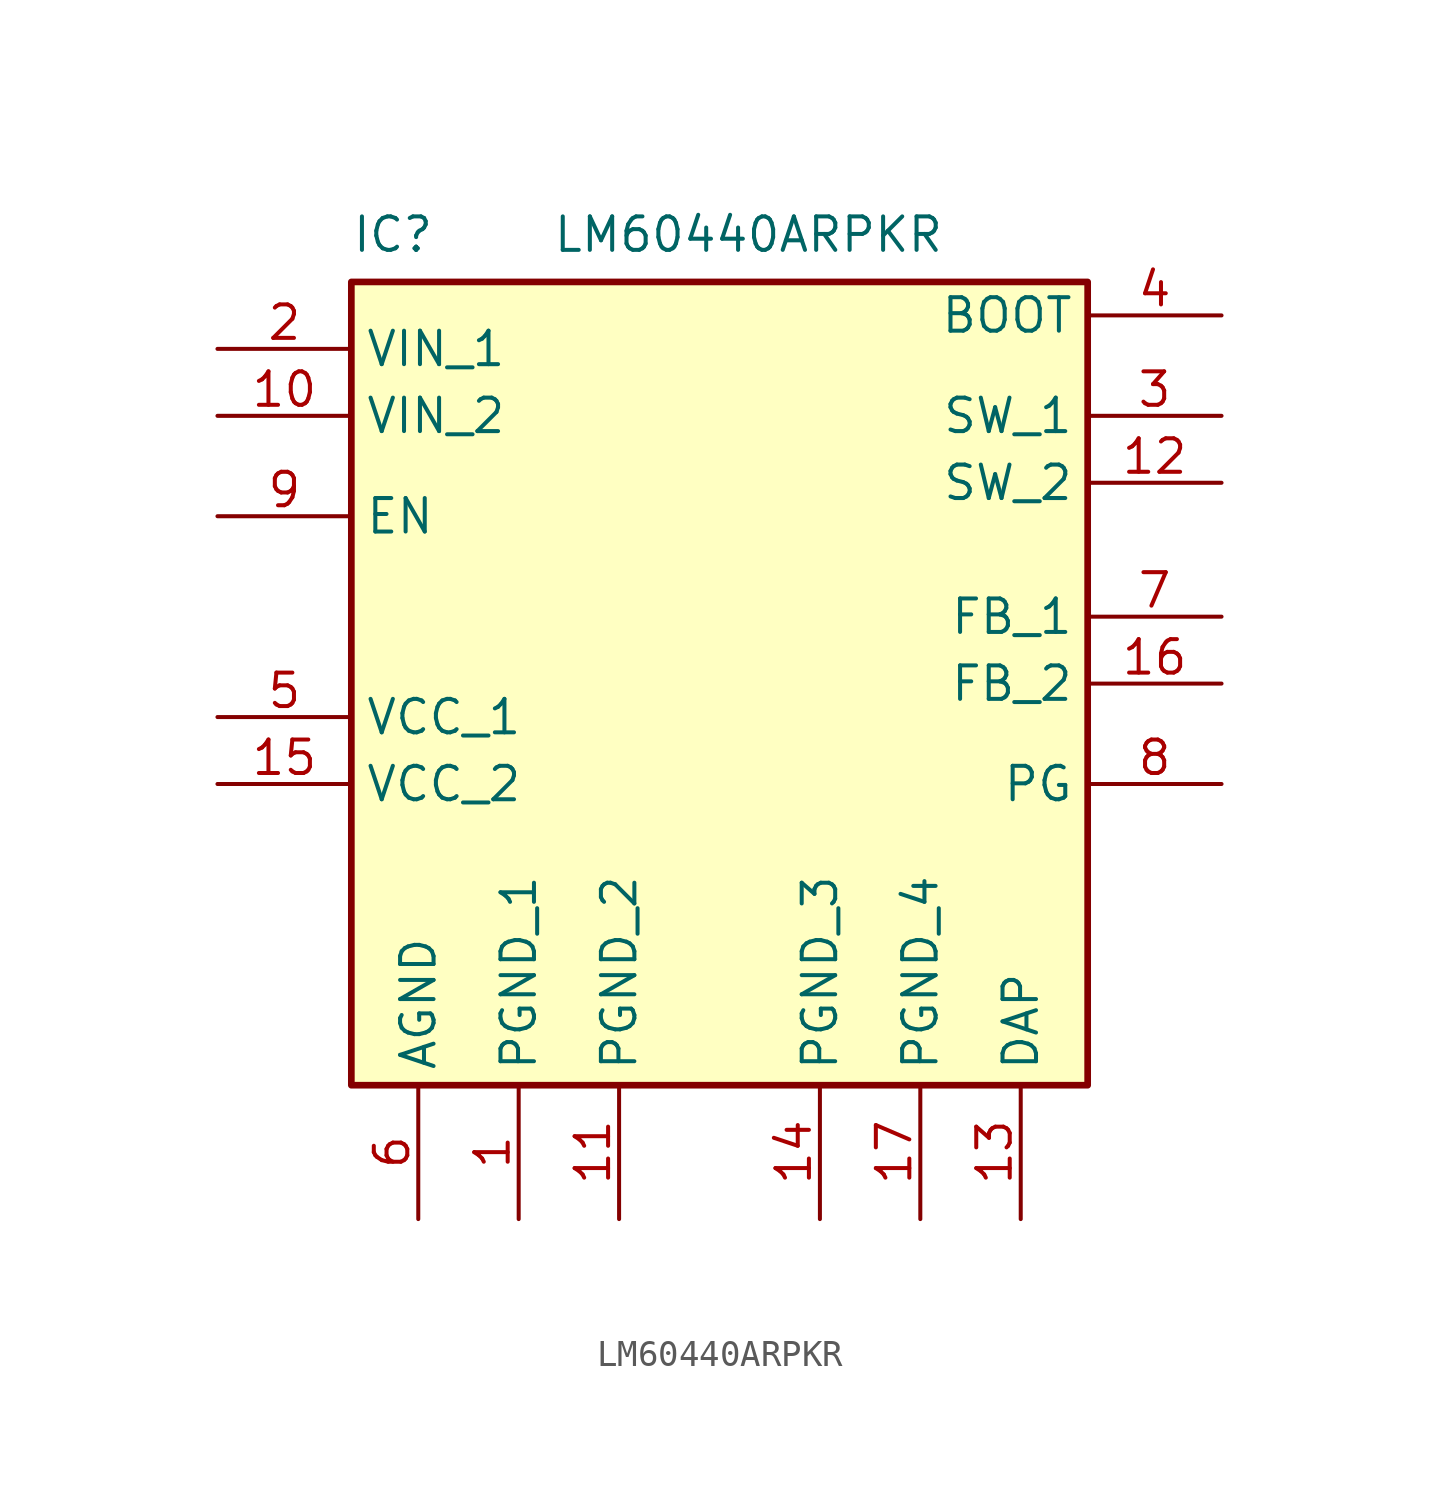
<source format=kicad_sym>
(kicad_symbol_lib
  (version 20220914)
  (generator kicad_symbol_editor)
  (symbol "LM60440ARPKR"
    (property "Reference" "IC"
      (at -13.97 17.78 0)
      (effects (font (size 1.27 1.27)) (justify left top)))
    (property "Value" "LM60440ARPKR"
      (at -6.35 17.78 0)
      (effects (font (size 1.27 1.27)) (justify left top)))
    (symbol "LM60440ARPKR_1_1"
      (rectangle (start -13.97 15.24) (end 13.97 -15.24) (stroke (width 0.254) (type default)) (fill (type background)))
      (pin passive line (at -7.62 -20.32 90) (length 5.08) (name "PGND_1" (effects (font (size 1.27 1.27)))) (number "1" (effects (font (size 1.27 1.27)))))
      (pin passive line (at -19.05 10.16 0) (length 5.08) (name "VIN_2" (effects (font (size 1.27 1.27)))) (number "10" (effects (font (size 1.27 1.27)))))
      (pin passive line (at -3.81 -20.32 90) (length 5.08) (name "PGND_2" (effects (font (size 1.27 1.27)))) (number "11" (effects (font (size 1.27 1.27)))))
      (pin passive line (at 19.05 7.62 180) (length 5.08) (name "SW_2" (effects (font (size 1.27 1.27)))) (number "12" (effects (font (size 1.27 1.27)))))
      (pin passive line (at 11.43 -20.32 90) (length 5.08) (name "DAP" (effects (font (size 1.27 1.27)))) (number "13" (effects (font (size 1.27 1.27)))))
      (pin passive line (at 3.81 -20.32 90) (length 5.08) (name "PGND_3" (effects (font (size 1.27 1.27)))) (number "14" (effects (font (size 1.27 1.27)))))
      (pin passive line (at -19.05 -3.81 0) (length 5.08) (name "VCC_2" (effects (font (size 1.27 1.27)))) (number "15" (effects (font (size 1.27 1.27)))))
      (pin passive line (at 19.05 0 180) (length 5.08) (name "FB_2" (effects (font (size 1.27 1.27)))) (number "16" (effects (font (size 1.27 1.27)))))
      (pin passive line (at 7.62 -20.32 90) (length 5.08) (name "PGND_4" (effects (font (size 1.27 1.27)))) (number "17" (effects (font (size 1.27 1.27)))))
      (pin passive line (at -19.05 12.7 0) (length 5.08) (name "VIN_1" (effects (font (size 1.27 1.27)))) (number "2" (effects (font (size 1.27 1.27)))))
      (pin passive line (at 19.05 10.16 180) (length 5.08) (name "SW_1" (effects (font (size 1.27 1.27)))) (number "3" (effects (font (size 1.27 1.27)))))
      (pin passive line (at 19.05 13.97 180) (length 5.08) (name "BOOT" (effects (font (size 1.27 1.27)))) (number "4" (effects (font (size 1.27 1.27)))))
      (pin passive line (at -19.05 -1.27 0) (length 5.08) (name "VCC_1" (effects (font (size 1.27 1.27)))) (number "5" (effects (font (size 1.27 1.27)))))
      (pin passive line (at -11.43 -20.32 90) (length 5.08) (name "AGND" (effects (font (size 1.27 1.27)))) (number "6" (effects (font (size 1.27 1.27)))))
      (pin passive line (at 19.05 2.54 180) (length 5.08) (name "FB_1" (effects (font (size 1.27 1.27)))) (number "7" (effects (font (size 1.27 1.27)))))
      (pin passive line (at 19.05 -3.81 180) (length 5.08) (name "PG" (effects (font (size 1.27 1.27)))) (number "8" (effects (font (size 1.27 1.27)))))
      (pin passive line (at -19.05 6.35 0) (length 5.08) (name "EN" (effects (font (size 1.27 1.27)))) (number "9" (effects (font (size 1.27 1.27))))))))
</source>
